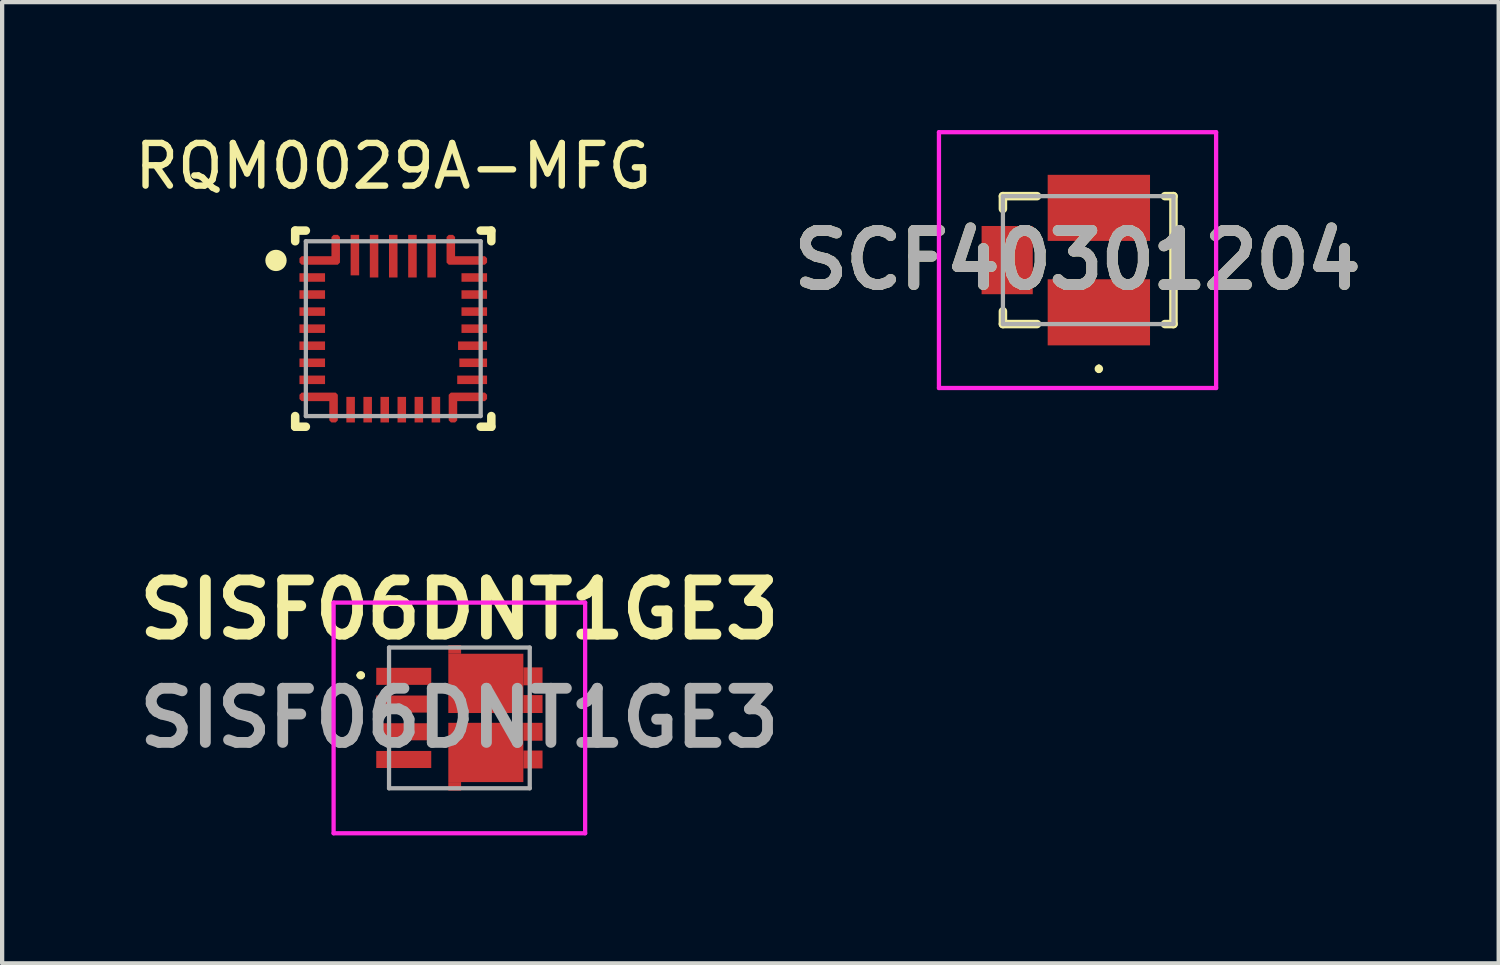
<source format=kicad_pcb>
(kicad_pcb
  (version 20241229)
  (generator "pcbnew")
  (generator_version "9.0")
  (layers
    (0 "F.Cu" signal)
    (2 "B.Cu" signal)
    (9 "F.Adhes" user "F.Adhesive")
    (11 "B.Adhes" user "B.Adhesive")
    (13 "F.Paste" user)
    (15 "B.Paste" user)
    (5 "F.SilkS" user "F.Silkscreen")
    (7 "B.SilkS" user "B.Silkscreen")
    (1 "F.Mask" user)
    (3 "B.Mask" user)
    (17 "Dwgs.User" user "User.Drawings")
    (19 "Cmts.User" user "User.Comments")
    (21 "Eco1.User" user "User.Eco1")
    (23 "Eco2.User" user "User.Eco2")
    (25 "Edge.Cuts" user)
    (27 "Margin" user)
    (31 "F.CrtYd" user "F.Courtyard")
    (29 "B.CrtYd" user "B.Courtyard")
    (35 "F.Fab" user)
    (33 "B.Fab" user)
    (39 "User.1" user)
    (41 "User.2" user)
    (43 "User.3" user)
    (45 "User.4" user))
  (footprint "SCF40301204"
    (layer "F.Cu")
    (at 22.471 3.05)
    (property "Reference" "SCF40301204" (at -0.25 0 0) (layer "F.SilkS") (effects (font (size 1.27 1.27) (thickness 0.254))))
    (attr smd)
    (fp_line (start -2 -1.5) (end -2 -1.2) (stroke (width 0.2) (type solid)) (layer "F.SilkS"))
    (fp_line (start -2 1.2) (end -2 1.5) (stroke (width 0.2) (type solid)) (layer "F.SilkS"))
    (fp_line (start -2 1.5) (end -1.2 1.5) (stroke (width 0.2) (type solid)) (layer "F.SilkS"))
    (fp_line (start -1.2 -1.5) (end -2 -1.5) (stroke (width 0.2) (type solid)) (layer "F.SilkS"))
    (fp_line (start 0.25 2.5) (end 0.25 2.5) (stroke (width 0.1) (type solid)) (layer "F.SilkS"))
    (fp_line (start 0.25 2.6) (end 0.25 2.6) (stroke (width 0.1) (type solid)) (layer "F.SilkS"))
    (fp_line (start 1.8 -1.5) (end 2 -1.5) (stroke (width 0.2) (type solid)) (layer "F.SilkS"))
    (fp_line (start 2 -1.5) (end 2 1.5) (stroke (width 0.2) (type solid)) (layer "F.SilkS"))
    (fp_line (start 2 1.5) (end 1.8 1.5) (stroke (width 0.2) (type solid)) (layer "F.SilkS"))
    (fp_arc (start 0.25 2.5) (mid 0.3 2.55) (end 0.25 2.6) (stroke (width 0.1) (type solid)) (layer "F.SilkS"))
    (fp_arc (start 0.25 2.6) (mid 0.2 2.55) (end 0.25 2.5) (stroke (width 0.1) (type solid)) (layer "F.SilkS"))
    (fp_line (start -3.5 -3) (end 3 -3) (stroke (width 0.1) (type solid)) (layer "F.CrtYd"))
    (fp_line (start -3.5 3) (end -3.5 -3) (stroke (width 0.1) (type solid)) (layer "F.CrtYd"))
    (fp_line (start 3 -3) (end 3 3) (stroke (width 0.1) (type solid)) (layer "F.CrtYd"))
    (fp_line (start 3 3) (end -3.5 3) (stroke (width 0.1) (type solid)) (layer "F.CrtYd"))
    (fp_line (start -2 -1.5) (end -2 1.5) (stroke (width 0.1) (type solid)) (layer "F.Fab"))
    (fp_line (start -2 1.5) (end 2 1.5) (stroke (width 0.1) (type solid)) (layer "F.Fab"))
    (fp_line (start 2 -1.5) (end -2 -1.5) (stroke (width 0.1) (type solid)) (layer "F.Fab"))
    (fp_line (start 2 1.5) (end 2 -1.5) (stroke (width 0.1) (type solid)) (layer "F.Fab"))
    (fp_text user "${REFERENCE}" (at -0.25 0 0) (layer "F.Fab") (effects (font (size 1.27 1.27) (thickness 0.254))))
    (pad "1" smd rect (at 0.25 1.225 90) (size 1.55 2.4) (layers "F.Cu" "F.Mask" "F.Paste"))
    (pad "2" smd rect (at -1.9 0) (size 1.2 1.6) (layers "F.Cu" "F.Mask" "F.Paste"))
    (pad "3" smd rect (at 0.25 -1.225 90) (size 1.55 2.4) (layers "F.Cu" "F.Mask" "F.Paste")))
  (footprint "RQM0029A-MFG"
    (layer "F.Cu")
    (at 6.173 4.658)
    (property "Reference" "RQM0029A-MFG" (at 0 -3.81 0) (unlocked yes) (layer "F.SilkS") (effects (font (size 1 1) (thickness 0.15))))
    (attr smd)
    (fp_poly (pts (xy -2.2 -1.65) (xy -2.15 -1.7) (xy -1.45 -1.7) (xy -1.45 -2.15) (xy -1.4 -2.2) (xy -1.3 -2.2) (xy -1.25 -2.15) (xy -1.25 -1.55) (xy -1.3 -1.5) (xy -2.15 -1.5) (xy -2.2 -1.55)) (stroke (width 0) (type solid)) (fill yes) (layer "F.Cu"))
    (fp_poly (pts (xy -2.2 1.65) (xy -2.15 1.7) (xy -1.5 1.7) (xy -1.5 2.15) (xy -1.45 2.2) (xy -1.35 2.2) (xy -1.3 2.15) (xy -1.3 1.55) (xy -1.35 1.5) (xy -2.15 1.5) (xy -2.2 1.55)) (stroke (width 0) (type solid)) (fill yes) (layer "F.Cu"))
    (fp_poly (pts (xy 2.2 -1.65) (xy 2.15 -1.7) (xy 1.45 -1.7) (xy 1.45 -2.15) (xy 1.4 -2.2) (xy 1.3 -2.2) (xy 1.25 -2.15) (xy 1.25 -1.55) (xy 1.3 -1.5) (xy 2.15 -1.5) (xy 2.2 -1.55)) (stroke (width 0) (type solid)) (fill yes) (layer "F.Cu"))
    (fp_poly (pts (xy 2.2 1.65) (xy 2.15 1.7) (xy 1.5 1.7) (xy 1.5 2.15) (xy 1.45 2.2) (xy 1.35 2.2) (xy 1.3 2.15) (xy 1.3 1.55) (xy 1.35 1.5) (xy 2.15 1.5) (xy 2.2 1.55)) (stroke (width 0) (type solid)) (fill yes) (layer "F.Cu"))
    (fp_poly (pts (xy -2.2 -1.65) (xy -2.15 -1.7) (xy -1.45 -1.7) (xy -1.45 -2.15) (xy -1.4 -2.2) (xy -1.3 -2.2) (xy -1.25 -2.15) (xy -1.25 -1.55) (xy -1.3 -1.5) (xy -2.15 -1.5) (xy -2.2 -1.55)) (stroke (width 0) (type solid)) (fill yes) (layer "F.Mask"))
    (fp_poly (pts (xy -2.2 1.65) (xy -2.2 1.55) (xy -2.15 1.5) (xy -1.35 1.5) (xy -1.3 1.55) (xy -1.3 2.15) (xy -1.35 2.2) (xy -1.45 2.2) (xy -1.5 2.15) (xy -1.5 1.7) (xy -2.15 1.7)) (stroke (width 0) (type solid)) (fill yes) (layer "F.Mask"))
    (fp_poly (pts (xy 2.2 -1.65) (xy 2.2 -1.55) (xy 2.15 -1.5) (xy 1.3 -1.5) (xy 1.25 -1.55) (xy 1.25 -2.15) (xy 1.3 -2.2) (xy 1.4 -2.2) (xy 1.45 -2.15) (xy 1.45 -1.7) (xy 2.15 -1.7)) (stroke (width 0) (type solid)) (fill yes) (layer "F.Mask"))
    (fp_poly (pts (xy 2.2 1.65) (xy 2.15 1.7) (xy 1.5 1.7) (xy 1.5 2.15) (xy 1.45 2.2) (xy 1.35 2.2) (xy 1.3 2.15) (xy 1.3 1.55) (xy 1.35 1.5) (xy 2.15 1.5) (xy 2.2 1.55)) (stroke (width 0) (type solid)) (fill yes) (layer "F.Mask"))
    (fp_line (start -2.3 -2.3) (end -2.05 -2.3) (stroke (width 0.2) (type solid)) (layer "F.SilkS"))
    (fp_line (start -2.3 -2.05) (end -2.3 -2.3) (stroke (width 0.2) (type solid)) (layer "F.SilkS"))
    (fp_line (start -2.3 2.3) (end -2.3 2.05) (stroke (width 0.2) (type solid)) (layer "F.SilkS"))
    (fp_line (start -2.3 2.3) (end -2.05 2.3) (stroke (width 0.2) (type solid)) (layer "F.SilkS"))
    (fp_line (start 2.05 -2.3) (end 2.3 -2.3) (stroke (width 0.2) (type solid)) (layer "F.SilkS"))
    (fp_line (start 2.05 2.3) (end 2.3 2.3) (stroke (width 0.2) (type solid)) (layer "F.SilkS"))
    (fp_line (start 2.3 -2.05) (end 2.3 -2.3) (stroke (width 0.2) (type solid)) (layer "F.SilkS"))
    (fp_line (start 2.3 2.3) (end 2.3 2.05) (stroke (width 0.2) (type solid)) (layer "F.SilkS"))
    (fp_circle (center -2.75 -1.6) (end -2.625 -1.6) (stroke (width 0.25) (type solid)) (fill no) (layer "F.SilkS"))
    (fp_poly (pts (xy -2.2 -1.65) (xy -2.15 -1.7) (xy -1.45 -1.7) (xy -1.45 -2.15) (xy -1.4 -2.2) (xy -1.3 -2.2) (xy -1.25 -2.15) (xy -1.25 -1.55) (xy -1.3 -1.5) (xy -2.15 -1.5) (xy -2.2 -1.55)) (stroke (width 0) (type solid)) (fill yes) (layer "F.Paste"))
    (fp_poly (pts (xy -2.2 1.65) (xy -2.2 1.55) (xy -2.15 1.5) (xy -1.35 1.5) (xy -1.3 1.55) (xy -1.3 2.15) (xy -1.35 2.2) (xy -1.45 2.2) (xy -1.5 2.15) (xy -1.5 1.7) (xy -2.15 1.7)) (stroke (width 0) (type solid)) (fill yes) (layer "F.Paste"))
    (fp_poly (pts (xy 2.2 -1.65) (xy 2.2 -1.55) (xy 2.15 -1.5) (xy 1.3 -1.5) (xy 1.25 -1.55) (xy 1.25 -2.15) (xy 1.3 -2.2) (xy 1.4 -2.2) (xy 1.45 -2.15) (xy 1.45 -1.7) (xy 2.15 -1.7)) (stroke (width 0) (type solid)) (fill yes) (layer "F.Paste"))
    (fp_poly (pts (xy 2.2 1.65) (xy 2.15 1.7) (xy 1.5 1.7) (xy 1.5 2.15) (xy 1.45 2.2) (xy 1.35 2.2) (xy 1.3 2.15) (xy 1.3 1.55) (xy 1.35 1.5) (xy 2.15 1.5) (xy 2.2 1.55)) (stroke (width 0) (type solid)) (fill yes) (layer "F.Paste"))
    (fp_line (start -2.05 -2.05) (end 2.05 -2.05) (stroke (width 0.1) (type solid)) (layer "F.Fab"))
    (fp_line (start -2.05 2.05) (end -2.05 -2.05) (stroke (width 0.1) (type solid)) (layer "F.Fab"))
    (fp_line (start -2.05 2.05) (end 2.05 2.05) (stroke (width 0.1) (type solid)) (layer "F.Fab"))
    (fp_line (start 2.05 2.05) (end 2.05 -2.05) (stroke (width 0.1) (type solid)) (layer "F.Fab"))
    (pad "1" smd circle (at -1.369 -1.631) (size 0.192 0.192) (layers "F.Cu" "F.Mask" "F.Paste"))
    (pad "2" smd rect (at -1.9 -1.2) (size 0.6 0.2) (layers "F.Cu" "F.Mask" "F.Paste"))
    (pad "3" smd rect (at -1.9 -0.8) (size 0.6 0.2) (layers "F.Cu" "F.Mask" "F.Paste"))
    (pad "4" smd rect (at -1.9 -0.4) (size 0.6 0.2) (layers "F.Cu" "F.Mask" "F.Paste"))
    (pad "5" smd rect (at -1.9 0) (size 0.6 0.2) (layers "F.Cu" "F.Mask" "F.Paste"))
    (pad "6" smd rect (at -1.9 0.4) (size 0.6 0.2) (layers "F.Cu" "F.Mask" "F.Paste"))
    (pad "7" smd rect (at -1.9 0.8) (size 0.6 0.2) (layers "F.Cu" "F.Mask" "F.Paste"))
    (pad "8" smd rect (at -1.9 1.2) (size 0.6 0.2) (layers "F.Cu" "F.Mask" "F.Paste"))
    (pad "9" smd circle (at -1.412 1.937) (size 0.158 0.158) (layers "F.Cu" "F.Mask" "F.Paste"))
    (pad "10" smd rect (at -1 1.9 90) (size 0.6 0.2) (layers "F.Cu" "F.Mask" "F.Paste"))
    (pad "11" smd rect (at -0.6 1.9 90) (size 0.6 0.2) (layers "F.Cu" "F.Mask" "F.Paste"))
    (pad "12" smd rect (at -0.2 1.9 90) (size 0.6 0.2) (layers "F.Cu" "F.Mask" "F.Paste"))
    (pad "13" smd rect (at 0.2 1.9 90) (size 0.6 0.2) (layers "F.Cu" "F.Mask" "F.Paste"))
    (pad "14" smd rect (at 0.6 1.9 90) (size 0.6 0.2) (layers "F.Cu" "F.Mask" "F.Paste"))
    (pad "15" smd rect (at 1 1.9 90) (size 0.6 0.2) (layers "F.Cu" "F.Mask" "F.Paste"))
    (pad "16" smd circle (at 1.431 1.631) (size 0.175 0.175) (layers "F.Cu" "F.Mask" "F.Paste"))
    (pad "17" smd rect (at 1.85 1.2) (size 0.7 0.2) (layers "F.Cu" "F.Mask" "F.Paste"))
    (pad "18" smd rect (at 1.875 0.8) (size 0.65 0.2) (layers "F.Cu" "F.Mask" "F.Paste"))
    (pad "19" smd rect (at 1.86 0.4) (size 0.68 0.2) (layers "F.Cu" "F.Mask" "F.Paste"))
    (pad "20" smd rect (at 1.9 0) (size 0.6 0.2) (layers "F.Cu" "F.Mask" "F.Paste"))
    (pad "21" smd rect (at 1.9 -0.4) (size 0.6 0.2) (layers "F.Cu" "F.Mask" "F.Paste"))
    (pad "22" smd rect (at 1.9 -0.8) (size 0.6 0.2) (layers "F.Cu" "F.Mask" "F.Paste"))
    (pad "23" smd rect (at 1.9 -1.2) (size 0.6 0.2) (layers "F.Cu" "F.Mask" "F.Paste"))
    (pad "24" smd circle (at 1.381 -1.631) (size 0.175 0.175) (layers "F.Cu" "F.Mask" "F.Paste"))
    (pad "25" smd rect (at 0.9 -1.7) (size 0.2 1) (layers "F.Cu" "F.Mask" "F.Paste"))
    (pad "26" smd rect (at 0.45 -1.7) (size 0.2 1) (layers "F.Cu" "F.Mask" "F.Paste"))
    (pad "27" smd rect (at 0 -1.7) (size 0.2 1) (layers "F.Cu" "F.Mask" "F.Paste"))
    (pad "28" smd rect (at -0.45 -1.7) (size 0.2 1) (layers "F.Cu" "F.Mask" "F.Paste"))
    (pad "29" smd rect (at -0.9 -1.725) (size 0.2 0.95) (layers "F.Cu" "F.Mask" "F.Paste")))
  (footprint "SISF06DNT1GE3"
    (layer "F.Cu")
    (at 7.761 13.787)
    (property "Reference" "SISF06DNT1GE3" (at -0.038 -2.54 0) (layer "F.SilkS") (effects (font (size 1.27 1.27) (thickness 0.254))))
    (attr smd)
    (fp_line (start -2.4 -1) (end -2.4 -1) (stroke (width 0.1) (type solid)) (layer "F.SilkS"))
    (fp_line (start -2.3 -1) (end -2.3 -1) (stroke (width 0.1) (type solid)) (layer "F.SilkS"))
    (fp_arc (start -2.4 -1) (mid -2.35 -1.05) (end -2.3 -1) (stroke (width 0.1) (type solid)) (layer "F.SilkS"))
    (fp_arc (start -2.3 -1) (mid -2.35 -0.95) (end -2.4 -1) (stroke (width 0.1) (type solid)) (layer "F.SilkS"))
    (fp_line (start -2.987 -2.705) (end 2.912 -2.705) (stroke (width 0.1) (type solid)) (layer "F.CrtYd"))
    (fp_line (start -2.987 2.705) (end -2.987 -2.705) (stroke (width 0.1) (type solid)) (layer "F.CrtYd"))
    (fp_line (start 2.912 -2.705) (end 2.912 2.705) (stroke (width 0.1) (type solid)) (layer "F.CrtYd"))
    (fp_line (start 2.912 2.705) (end -2.987 2.705) (stroke (width 0.1) (type solid)) (layer "F.CrtYd"))
    (fp_line (start -1.687 -1.65) (end 1.613 -1.65) (stroke (width 0.1) (type solid)) (layer "F.Fab"))
    (fp_line (start -1.687 1.65) (end -1.687 -1.65) (stroke (width 0.1) (type solid)) (layer "F.Fab"))
    (fp_line (start 1.613 -1.65) (end 1.613 1.65) (stroke (width 0.1) (type solid)) (layer "F.Fab"))
    (fp_line (start 1.613 1.65) (end -1.687 1.65) (stroke (width 0.1) (type solid)) (layer "F.Fab"))
    (fp_text user "${REFERENCE}" (at -0.038 0 0) (layer "F.Fab") (effects (font (size 1.27 1.27) (thickness 0.254))))
    (pad "1" smd rect (at -1.342 -0.975 90) (size 0.4 1.29) (layers "F.Cu" "F.Mask" "F.Paste"))
    (pad "2" smd rect (at -1.342 -0.325 90) (size 0.4 1.29) (layers "F.Cu" "F.Mask" "F.Paste"))
    (pad "3" smd rect (at -1.342 0.325 90) (size 0.4 1.29) (layers "F.Cu" "F.Mask" "F.Paste"))
    (pad "4" smd rect (at -1.342 0.975 90) (size 0.4 1.29) (layers "F.Cu" "F.Mask" "F.Paste"))
    (pad "5" smd rect (at 1.688 0.975 90) (size 0.42 0.45) (layers "F.Cu" "F.Mask" "F.Paste"))
    (pad "6" smd rect (at 1.688 0.325 90) (size 0.42 0.45) (layers "F.Cu" "F.Mask" "F.Paste"))
    (pad "7" smd rect (at 1.688 -0.325 90) (size 0.42 0.45) (layers "F.Cu" "F.Mask" "F.Paste"))
    (pad "8" smd rect (at 1.688 -0.975 90) (size 0.42 0.45) (layers "F.Cu" "F.Mask" "F.Paste"))
    (pad "9" smd rect (at 0.583 -0.81 90) (size 1.39 1.76) (layers "F.Cu" "F.Mask" "F.Paste"))
    (pad "10" smd rect (at 0.583 0.81 90) (size 1.39 1.76) (layers "F.Cu" "F.Mask" "F.Paste"))
    (pad "11" smd rect (at -0.147 -1.605 90) (size 0.2 0.3) (layers "F.Cu" "F.Mask" "F.Paste"))
    (pad "12" smd rect (at -0.147 1.605 90) (size 0.2 0.3) (layers "F.Cu" "F.Mask" "F.Paste")))
  (gr_rect
    (start -3 -3)
    (end 32.098 19.542)
    (stroke (width 0.1) (type default))
    (fill no)
    (layer "Edge.Cuts")))
</source>
